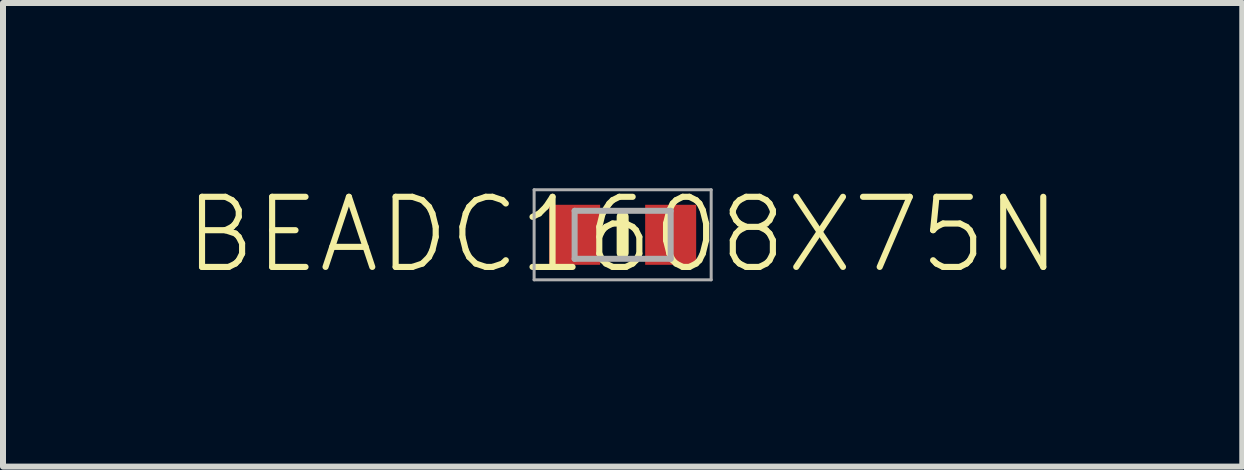
<source format=kicad_pcb>
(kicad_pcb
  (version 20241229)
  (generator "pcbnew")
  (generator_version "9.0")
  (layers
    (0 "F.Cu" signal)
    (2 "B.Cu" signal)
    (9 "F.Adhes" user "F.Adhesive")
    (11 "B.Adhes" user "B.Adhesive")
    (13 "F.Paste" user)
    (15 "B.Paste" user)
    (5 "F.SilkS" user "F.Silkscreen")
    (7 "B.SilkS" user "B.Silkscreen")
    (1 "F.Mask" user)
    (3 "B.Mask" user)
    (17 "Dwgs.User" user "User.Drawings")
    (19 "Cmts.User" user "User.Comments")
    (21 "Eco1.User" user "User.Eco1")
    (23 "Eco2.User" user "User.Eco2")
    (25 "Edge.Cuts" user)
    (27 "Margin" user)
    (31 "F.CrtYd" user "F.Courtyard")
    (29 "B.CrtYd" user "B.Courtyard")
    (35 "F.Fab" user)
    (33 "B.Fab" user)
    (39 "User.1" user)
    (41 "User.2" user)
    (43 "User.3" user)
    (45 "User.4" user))
  (footprint "BEADC1608X75N"
    (layer "F.Cu")
    (at 7.324 0.862)
    (property "Reference" "BEADC1608X75N" (at 0 0 0) (layer "F.SilkS") (effects (font (size 1.168 1.168) (thickness 0.102))))
    (fp_line (start 0 -0.3) (end 0 0.3) (stroke (width 0.2) (type solid)) (layer "F.SilkS"))
    (fp_line (start -1.475 -0.75) (end 1.475 -0.75) (stroke (width 0.05) (type solid)) (layer "F.Fab"))
    (fp_line (start -1.475 0.75) (end -1.475 -0.75) (stroke (width 0.05) (type solid)) (layer "F.Fab"))
    (fp_line (start -0.8 -0.4) (end 0.8 -0.4) (stroke (width 0.1) (type solid)) (layer "F.Fab"))
    (fp_line (start -0.8 0.4) (end -0.8 -0.4) (stroke (width 0.1) (type solid)) (layer "F.Fab"))
    (fp_line (start 0.8 -0.4) (end 0.8 0.4) (stroke (width 0.1) (type solid)) (layer "F.Fab"))
    (fp_line (start 0.8 0.4) (end -0.8 0.4) (stroke (width 0.1) (type solid)) (layer "F.Fab"))
    (fp_line (start 1.475 -0.75) (end 1.475 0.75) (stroke (width 0.05) (type solid)) (layer "F.Fab"))
    (fp_line (start 1.475 0.75) (end -1.475 0.75) (stroke (width 0.05) (type solid)) (layer "F.Fab"))
    (pad "1" smd rect (at -0.8 0 90) (size 1 0.85) (layers "F.Cu" "F.Mask" "F.Paste"))
    (pad "2" smd rect (at 0.8 0 90) (size 1 0.85) (layers "F.Cu" "F.Mask" "F.Paste")))
  (gr_rect
    (start -3 -3)
    (end 17.648 4.724)
    (stroke (width 0.1) (type default))
    (fill no)
    (layer "Edge.Cuts")))
</source>
